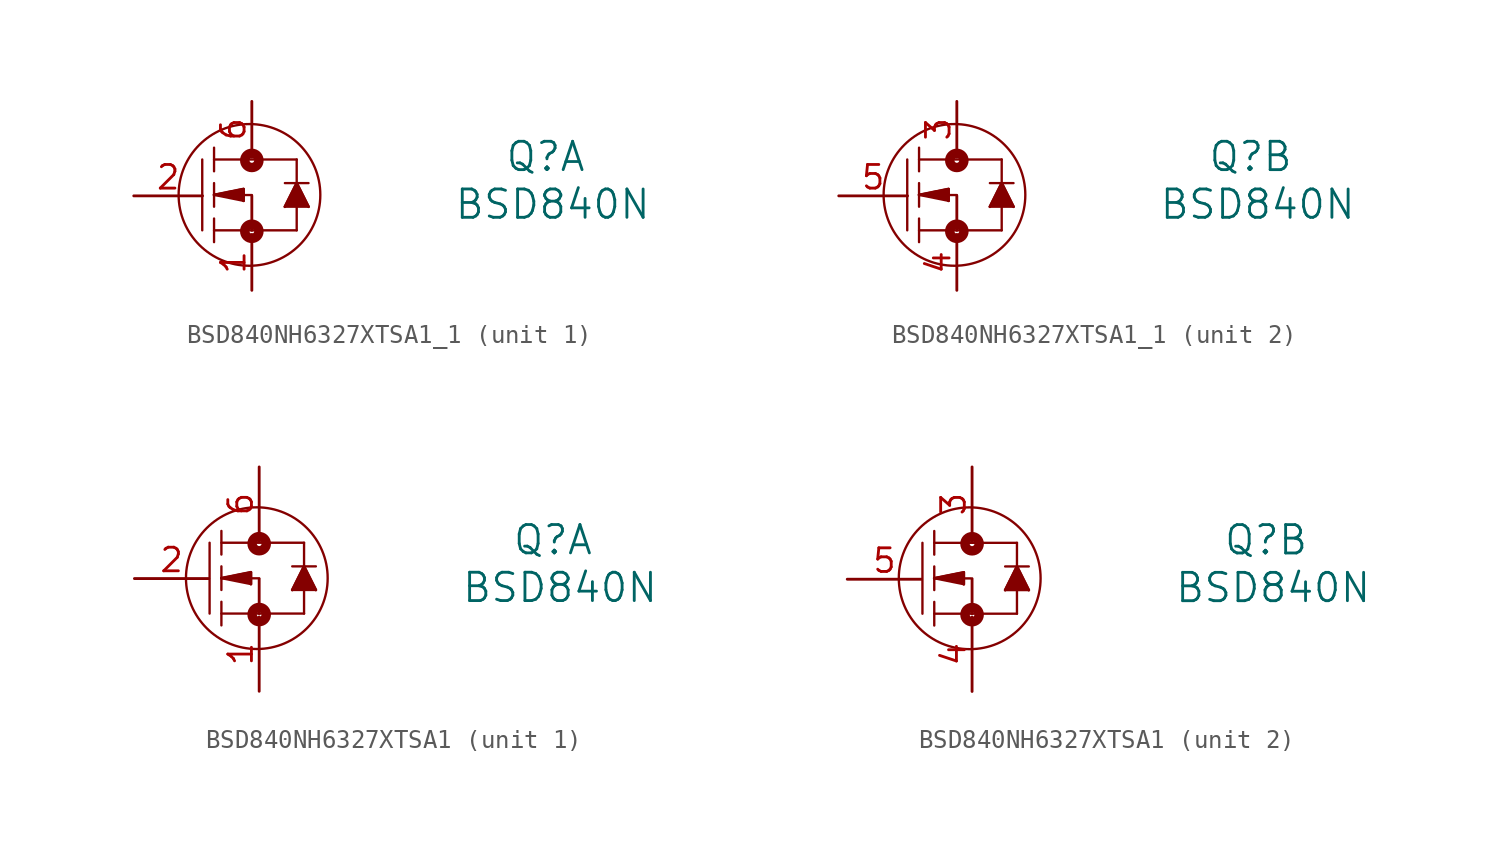
<source format=kicad_sym>
(kicad_symbol_lib
  (version 20220914)
  (generator kicad_symbol_editor)
  (symbol "BSD840NH6327XTSA1_1"
    (pin_names
      (offset 0.254) hide)
    (property "Reference" "Q"
      (at 15.799 2.108 0)
      (effects (font (size 1.524 1.524))))
    (property "Value" "BSD840N"
      (at 16.18 -0.457 0)
      (effects (font (size 1.524 1.524))))
    (symbol "BSD840NH6327XTSA1_1_0_1"
      (circle (center -0.127 0.051) (radius 3.81) (stroke (width 0.127) (type default)) (fill (type none)))
      (circle (center 0 -1.905) (radius 0.127) (stroke (width 0.508) (type default)) (fill (type none)))
      (polyline (pts (xy -2.667 1.956) (xy -2.667 -1.854)) (stroke (width 0.127) (type default)) (fill (type none)))
      (polyline (pts (xy -2.032 -1.854) (xy 2.413 -1.854)) (stroke (width 0.127) (type default)) (fill (type none)))
      (polyline (pts (xy -2.032 -1.219) (xy -2.032 -2.489)) (stroke (width 0.127) (type default)) (fill (type none)))
      (polyline (pts (xy -2.032 0.051) (xy -0.445 -0.267)) (stroke (width 0.127) (type default)) (fill (type none)))
      (polyline (pts (xy -2.032 0.051) (xy -0.445 0.368)) (stroke (width 0.127) (type default)) (fill (type none)))
      (polyline (pts (xy -2.032 0.051) (xy 0.005 0.043)) (stroke (width 0.127) (type default)) (fill (type none)))
      (polyline (pts (xy -2.032 0.686) (xy -2.032 -0.584)) (stroke (width 0.127) (type default)) (fill (type none)))
      (polyline (pts (xy -2.032 1.956) (xy 2.413 1.956)) (stroke (width 0.127) (type default)) (fill (type none)))
      (polyline (pts (xy -2.032 2.591) (xy -2.032 1.321)) (stroke (width 0.127) (type default)) (fill (type none)))
      (polyline (pts (xy -0.445 -0.267) (xy -0.445 0.051)) (stroke (width 0.127) (type default)) (fill (type none)))
      (polyline (pts (xy -0.445 0.368) (xy -0.445 0.051)) (stroke (width 0.127) (type default)) (fill (type none)))
      (polyline (pts (xy 0 0) (xy 0 -1.854)) (stroke (width 0) (type default)) (fill (type none)))
      (polyline (pts (xy 1.778 -0.584) (xy 2.413 0.686)) (stroke (width 0.127) (type default)) (fill (type none)))
      (polyline (pts (xy 1.778 -0.584) (xy 3.048 -0.584)) (stroke (width 0.127) (type default)) (fill (type none)))
      (polyline (pts (xy 1.778 0.686) (xy 3.048 0.686)) (stroke (width 0.127) (type default)) (fill (type none)))
      (polyline (pts (xy 2.413 0.686) (xy 3.048 -0.584)) (stroke (width 0.127) (type default)) (fill (type none)))
      (polyline (pts (xy 2.413 1.956) (xy 2.413 -1.854)) (stroke (width 0.127) (type default)) (fill (type none)))
      (polyline (pts (xy -2.032 0.051) (xy -0.445 0.368) (xy -0.445 -0.267)) (stroke (width 0) (type default)) (fill (type outline)))
      (polyline (pts (xy 1.778 -0.584) (xy 2.413 0.686) (xy 3.048 -0.584)) (stroke (width 0) (type default)) (fill (type outline)))
      (circle (center 0 1.905) (radius 0.127) (stroke (width 0.508) (type default)) (fill (type none))))
    (symbol "BSD840NH6327XTSA1_1_1_0"
      (pin power_out line (at 0 -5.08 90) (length 3) (name "1" (effects (font (size 1.27 1.27)))) (number "1" (effects (font (size 1.27 1.27)))))
      (pin power_in line (at -6.35 0 0) (length 3.7) (name "2" (effects (font (size 1.27 1.27)))) (number "2" (effects (font (size 1.27 1.27)))))
      (pin power_in line (at 0 5.08 270) (length 3) (name "6" (effects (font (size 1.27 1.27)))) (number "6" (effects (font (size 1.27 1.27))))))
    (symbol "BSD840NH6327XTSA1_1_2_1"
      (pin power_in line (at 0 5.08 270) (length 3) (name "3" (effects (font (size 1.27 1.27)))) (number "3" (effects (font (size 1.27 1.27)))))
      (pin unspecified line (at 0 -5.08 90) (length 3) (name "4" (effects (font (size 1.27 1.27)))) (number "4" (effects (font (size 1.27 1.27)))))
      (pin power_in line (at -6.35 0 0) (length 3.7) (name "5" (effects (font (size 1.27 1.27)))) (number "5" (effects (font (size 1.27 1.27)))))))
  (symbol "BSD840NH6327XTSA1"
    (pin_names
      (offset 0.254) hide)
    (property "Reference" "Q"
      (at 41.199 -0.432 0)
      (effects (font (size 1.524 1.524))))
    (property "Value" "BSD840N"
      (at 41.58 -2.997 0)
      (effects (font (size 1.524 1.524))))
    (symbol "BSD840NH6327XTSA1_0_1"
      (polyline (pts (xy 22.733 -0.584) (xy 22.733 -4.394)) (stroke (width 0.127) (type default)) (fill (type none)))
      (polyline (pts (xy 23.368 -4.394) (xy 27.813 -4.394)) (stroke (width 0.127) (type default)) (fill (type none)))
      (polyline (pts (xy 23.368 -3.759) (xy 23.368 -5.029)) (stroke (width 0.127) (type default)) (fill (type none)))
      (polyline (pts (xy 23.368 -2.489) (xy 24.956 -2.807)) (stroke (width 0.127) (type default)) (fill (type none)))
      (polyline (pts (xy 23.368 -2.489) (xy 24.956 -2.172)) (stroke (width 0.127) (type default)) (fill (type none)))
      (polyline (pts (xy 23.368 -2.489) (xy 25.405 -2.497)) (stroke (width 0.127) (type default)) (fill (type none)))
      (polyline (pts (xy 23.368 -1.854) (xy 23.368 -3.124)) (stroke (width 0.127) (type default)) (fill (type none)))
      (polyline (pts (xy 23.368 -0.584) (xy 27.813 -0.584)) (stroke (width 0.127) (type default)) (fill (type none)))
      (polyline (pts (xy 23.368 0.051) (xy 23.368 -1.219)) (stroke (width 0.127) (type default)) (fill (type none)))
      (polyline (pts (xy 24.956 -2.807) (xy 24.956 -2.489)) (stroke (width 0.127) (type default)) (fill (type none)))
      (polyline (pts (xy 24.956 -2.172) (xy 24.956 -2.489)) (stroke (width 0.127) (type default)) (fill (type none)))
      (polyline (pts (xy 25.4 -2.54) (xy 25.4 -4.394)) (stroke (width 0) (type default)) (fill (type none)))
      (polyline (pts (xy 27.178 -3.124) (xy 27.813 -1.854)) (stroke (width 0.127) (type default)) (fill (type none)))
      (polyline (pts (xy 27.178 -3.124) (xy 28.448 -3.124)) (stroke (width 0.127) (type default)) (fill (type none)))
      (polyline (pts (xy 27.178 -1.854) (xy 28.448 -1.854)) (stroke (width 0.127) (type default)) (fill (type none)))
      (polyline (pts (xy 27.813 -1.854) (xy 28.448 -3.124)) (stroke (width 0.127) (type default)) (fill (type none)))
      (polyline (pts (xy 27.813 -0.584) (xy 27.813 -4.394)) (stroke (width 0.127) (type default)) (fill (type none)))
      (polyline (pts (xy 23.368 -2.489) (xy 24.956 -2.172) (xy 24.956 -2.807)) (stroke (width 0) (type default)) (fill (type outline)))
      (polyline (pts (xy 27.178 -3.124) (xy 27.813 -1.854) (xy 28.448 -3.124)) (stroke (width 0) (type default)) (fill (type outline)))
      (circle (center 25.273 -2.489) (radius 3.81) (stroke (width 0.127) (type default)) (fill (type none)))
      (circle (center 25.4 -4.445) (radius 0.127) (stroke (width 0.508) (type default)) (fill (type none)))
      (circle (center 25.4 -0.635) (radius 0.127) (stroke (width 0.508) (type default)) (fill (type none))))
    (symbol "BSD840NH6327XTSA1_1_0"
      (pin unspecified line (at 25.4 -8.572 90) (length 4) (name "1" (effects (font (size 1.27 1.27)))) (number "1" (effects (font (size 1.27 1.27)))))
      (pin unspecified line (at 18.69 -2.511 0) (length 4) (name "2" (effects (font (size 1.27 1.27)))) (number "2" (effects (font (size 1.27 1.27)))))
      (pin unspecified line (at 25.4 3.493 270) (length 4) (name "6" (effects (font (size 1.27 1.27)))) (number "6" (effects (font (size 1.27 1.27))))))
    (symbol "BSD840NH6327XTSA1_2_1"
      (pin unspecified line (at 25.4 3.493 270) (length 4) (name "3" (effects (font (size 1.27 1.27)))) (number "3" (effects (font (size 1.27 1.27)))))
      (pin unspecified line (at 25.4 -8.572 90) (length 4) (name "4" (effects (font (size 1.27 1.27)))) (number "4" (effects (font (size 1.27 1.27)))))
      (pin unspecified line (at 18.692 -2.54 0) (length 4) (name "5" (effects (font (size 1.27 1.27)))) (number "5" (effects (font (size 1.27 1.27))))))))
</source>
